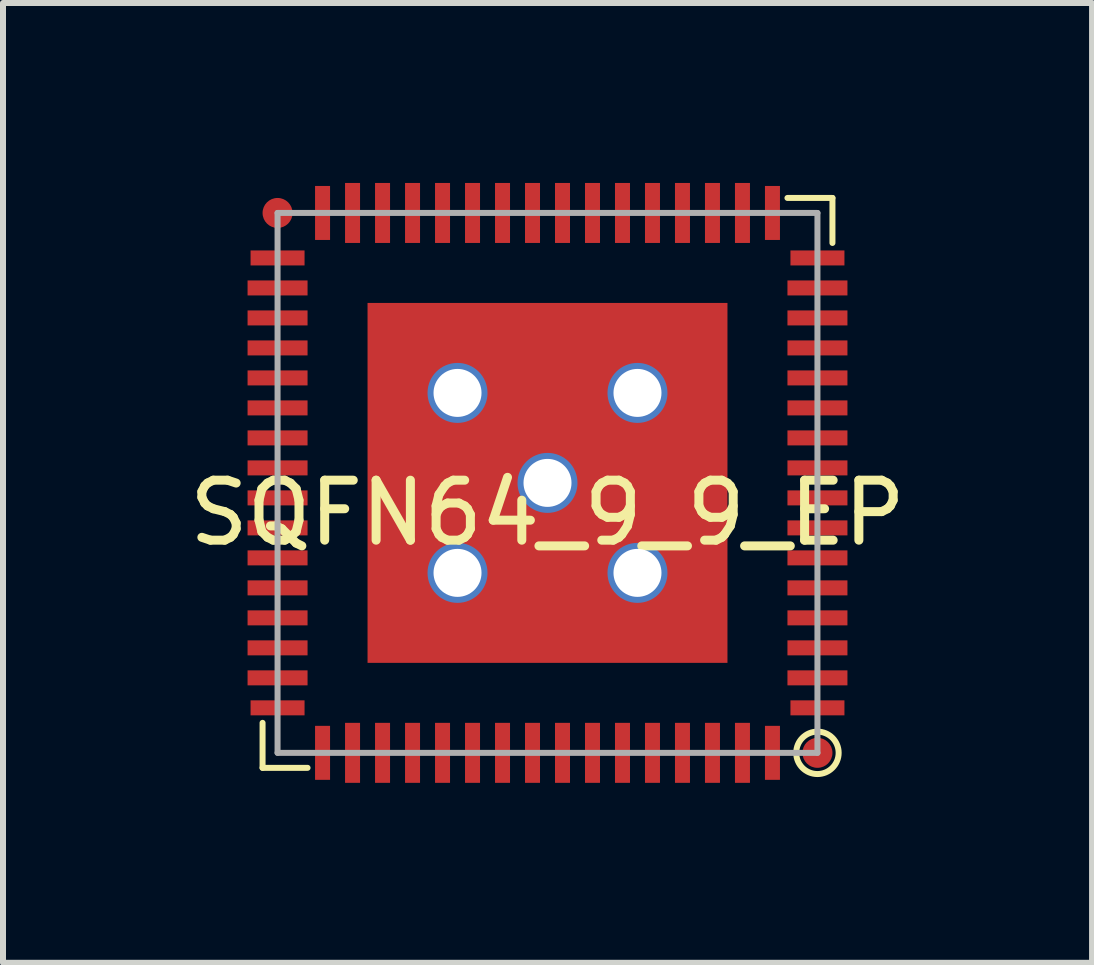
<source format=kicad_pcb>
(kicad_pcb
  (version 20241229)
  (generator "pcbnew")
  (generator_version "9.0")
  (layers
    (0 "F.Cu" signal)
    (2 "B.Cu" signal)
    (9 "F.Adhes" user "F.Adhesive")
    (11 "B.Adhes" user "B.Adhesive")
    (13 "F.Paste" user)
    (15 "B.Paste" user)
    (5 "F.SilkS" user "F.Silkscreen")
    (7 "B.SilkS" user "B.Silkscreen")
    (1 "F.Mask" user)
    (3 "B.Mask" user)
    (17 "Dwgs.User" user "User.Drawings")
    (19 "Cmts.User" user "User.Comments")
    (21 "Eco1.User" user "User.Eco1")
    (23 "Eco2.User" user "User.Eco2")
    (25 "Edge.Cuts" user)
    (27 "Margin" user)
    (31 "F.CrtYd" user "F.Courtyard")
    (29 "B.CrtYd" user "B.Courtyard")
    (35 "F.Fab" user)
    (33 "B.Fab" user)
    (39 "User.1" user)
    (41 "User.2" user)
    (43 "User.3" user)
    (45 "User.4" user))
  (footprint "SQFN64_9_9_EP"
    (layer "F.Cu")
    (at 6.077 5)
    (property "Reference" "SQFN64_9_9_EP" (at 0 0.5 0) (layer "F.SilkS") (effects (font (size 1 1) (thickness 0.15))))
    (attr smd)
    (fp_line (start -4.75 4) (end -4.75 4.75) (stroke (width 0.1) (type solid)) (layer "F.SilkS"))
    (fp_line (start -4.75 4.75) (end -4 4.75) (stroke (width 0.1) (type solid)) (layer "F.SilkS"))
    (fp_line (start 4 -4.75) (end 4.75 -4.75) (stroke (width 0.1) (type solid)) (layer "F.SilkS"))
    (fp_line (start 4.75 -4.75) (end 4.75 -4) (stroke (width 0.1) (type solid)) (layer "F.SilkS"))
    (fp_circle (center 4.5 4.5) (end 4.75 4.75) (stroke (width 0.1) (type solid)) (fill no) (layer "F.SilkS"))
    (fp_line (start -4.5 -4.5) (end -4.5 4.5) (stroke (width 0.1) (type solid)) (layer "F.Fab"))
    (fp_line (start -4.5 4.5) (end 4.5 4.5) (stroke (width 0.1) (type solid)) (layer "F.Fab"))
    (fp_line (start 4.5 -4.5) (end -4.5 -4.5) (stroke (width 0.1) (type solid)) (layer "F.Fab"))
    (fp_line (start 4.5 4.5) (end 4.5 -4.5) (stroke (width 0.1) (type solid)) (layer "F.Fab"))
    (pad "0" smd circle (at -4.5 -4.5) (size 0.5 0.5) (layers "F.Cu" "F.Mask"))
    (pad "0" smd roundrect (at -2 0) (size 1.6 2) (layers "F.Cu" "F.Mask" "F.Paste") (roundrect_rratio 0.25))
    (pad "0" thru_hole circle (at -1.5 -1.5) (size 1 1) (drill 0.8) (layers "*.Cu" "*.Mask"))
    (pad "0" thru_hole circle (at -1.5 1.5) (size 1 1) (drill 0.8) (layers "*.Cu" "*.Mask"))
    (pad "0" smd roundrect (at 0 -2) (size 2 1.6) (layers "F.Cu" "F.Mask" "F.Paste") (roundrect_rratio 0.25))
    (pad "0" thru_hole circle (at 0 0) (size 1 1) (drill 0.8) (layers "*.Cu" "*.Mask"))
    (pad "0" smd rect (at 0 0) (size 6 6) (layers "F.Cu" "F.Mask"))
    (pad "0" smd roundrect (at 0 2) (size 2 1.6) (layers "F.Cu" "F.Mask" "F.Paste") (roundrect_rratio 0.25))
    (pad "0" thru_hole circle (at 1.5 -1.5) (size 1 1) (drill 0.8) (layers "*.Cu" "*.Mask"))
    (pad "0" thru_hole circle (at 1.5 1.5) (size 1 1) (drill 0.8) (layers "*.Cu" "*.Mask"))
    (pad "0" smd roundrect (at 2 0) (size 1.6 2) (layers "F.Cu" "F.Mask" "F.Paste") (roundrect_rratio 0.25))
    (pad "0" smd circle (at 4.5 4.5) (size 0.5 0.5) (layers "F.Cu" "F.Mask"))
    (pad "1" smd rect (at 4.5 3.75 90) (size 0.25 0.9) (layers "F.Cu" "F.Mask" "F.Paste"))
    (pad "2" smd rect (at 4.5 3.25 90) (size 0.25 1) (layers "F.Cu" "F.Mask" "F.Paste"))
    (pad "3" smd rect (at 4.5 2.75 90) (size 0.25 1) (layers "F.Cu" "F.Mask" "F.Paste"))
    (pad "4" smd rect (at 4.5 2.25 90) (size 0.25 1) (layers "F.Cu" "F.Mask" "F.Paste"))
    (pad "5" smd rect (at 4.5 1.75 90) (size 0.25 1) (layers "F.Cu" "F.Mask" "F.Paste"))
    (pad "6" smd rect (at 4.5 1.25 90) (size 0.25 1) (layers "F.Cu" "F.Mask" "F.Paste"))
    (pad "7" smd rect (at 4.5 0.75 90) (size 0.25 1) (layers "F.Cu" "F.Mask" "F.Paste"))
    (pad "8" smd rect (at 4.5 0.25 90) (size 0.25 1) (layers "F.Cu" "F.Mask" "F.Paste"))
    (pad "9" smd rect (at 4.5 -0.25 90) (size 0.25 1) (layers "F.Cu" "F.Mask" "F.Paste"))
    (pad "10" smd rect (at 4.5 -0.75 90) (size 0.25 1) (layers "F.Cu" "F.Mask" "F.Paste"))
    (pad "11" smd rect (at 4.5 -1.25 90) (size 0.25 1) (layers "F.Cu" "F.Mask" "F.Paste"))
    (pad "12" smd rect (at 4.5 -1.75 90) (size 0.25 1) (layers "F.Cu" "F.Mask" "F.Paste"))
    (pad "13" smd rect (at 4.5 -2.25 90) (size 0.25 1) (layers "F.Cu" "F.Mask" "F.Paste"))
    (pad "14" smd rect (at 4.5 -2.75 90) (size 0.25 1) (layers "F.Cu" "F.Mask" "F.Paste"))
    (pad "15" smd rect (at 4.5 -3.25 90) (size 0.25 1) (layers "F.Cu" "F.Mask" "F.Paste"))
    (pad "16" smd rect (at 4.5 -3.75 90) (size 0.25 0.9) (layers "F.Cu" "F.Mask" "F.Paste"))
    (pad "17" smd rect (at 3.75 -4.5) (size 0.25 0.9) (layers "F.Cu" "F.Mask" "F.Paste"))
    (pad "18" smd rect (at 3.25 -4.5) (size 0.25 1) (layers "F.Cu" "F.Mask" "F.Paste"))
    (pad "19" smd rect (at 2.75 -4.5) (size 0.25 1) (layers "F.Cu" "F.Mask" "F.Paste"))
    (pad "20" smd rect (at 2.25 -4.5) (size 0.25 1) (layers "F.Cu" "F.Mask" "F.Paste"))
    (pad "21" smd rect (at 1.75 -4.5) (size 0.25 1) (layers "F.Cu" "F.Mask" "F.Paste"))
    (pad "22" smd rect (at 1.25 -4.5) (size 0.25 1) (layers "F.Cu" "F.Mask" "F.Paste"))
    (pad "23" smd rect (at 0.75 -4.5) (size 0.25 1) (layers "F.Cu" "F.Mask" "F.Paste"))
    (pad "24" smd rect (at 0.25 -4.5) (size 0.25 1) (layers "F.Cu" "F.Mask" "F.Paste"))
    (pad "25" smd rect (at -0.25 -4.5) (size 0.25 1) (layers "F.Cu" "F.Mask" "F.Paste"))
    (pad "26" smd rect (at -0.75 -4.5) (size 0.25 1) (layers "F.Cu" "F.Mask" "F.Paste"))
    (pad "27" smd rect (at -1.25 -4.5) (size 0.25 1) (layers "F.Cu" "F.Mask" "F.Paste"))
    (pad "28" smd rect (at -1.75 -4.5) (size 0.25 1) (layers "F.Cu" "F.Mask" "F.Paste"))
    (pad "29" smd rect (at -2.25 -4.5) (size 0.25 1) (layers "F.Cu" "F.Mask" "F.Paste"))
    (pad "30" smd rect (at -2.75 -4.5) (size 0.25 1) (layers "F.Cu" "F.Mask" "F.Paste"))
    (pad "31" smd rect (at -3.25 -4.5) (size 0.25 1) (layers "F.Cu" "F.Mask" "F.Paste"))
    (pad "32" smd rect (at -3.75 -4.5) (size 0.25 0.9) (layers "F.Cu" "F.Mask" "F.Paste"))
    (pad "33" smd rect (at -4.5 -3.75 90) (size 0.25 0.9) (layers "F.Cu" "F.Mask" "F.Paste"))
    (pad "34" smd rect (at -4.5 -3.25 90) (size 0.25 1) (layers "F.Cu" "F.Mask" "F.Paste"))
    (pad "35" smd rect (at -4.5 -2.75 90) (size 0.25 1) (layers "F.Cu" "F.Mask" "F.Paste"))
    (pad "36" smd rect (at -4.5 -2.25 90) (size 0.25 1) (layers "F.Cu" "F.Mask" "F.Paste"))
    (pad "37" smd rect (at -4.5 -1.75 90) (size 0.25 1) (layers "F.Cu" "F.Mask" "F.Paste"))
    (pad "38" smd rect (at -4.5 -1.25 90) (size 0.25 1) (layers "F.Cu" "F.Mask" "F.Paste"))
    (pad "39" smd rect (at -4.5 -0.75 90) (size 0.25 1) (layers "F.Cu" "F.Mask" "F.Paste"))
    (pad "40" smd rect (at -4.5 -0.25 90) (size 0.25 1) (layers "F.Cu" "F.Mask" "F.Paste"))
    (pad "41" smd rect (at -4.5 0.25 90) (size 0.25 1) (layers "F.Cu" "F.Mask" "F.Paste"))
    (pad "42" smd rect (at -4.5 0.75 90) (size 0.25 1) (layers "F.Cu" "F.Mask" "F.Paste"))
    (pad "43" smd rect (at -4.5 1.25 90) (size 0.25 1) (layers "F.Cu" "F.Mask" "F.Paste"))
    (pad "44" smd rect (at -4.5 1.75 90) (size 0.25 1) (layers "F.Cu" "F.Mask" "F.Paste"))
    (pad "45" smd rect (at -4.5 2.25 90) (size 0.25 1) (layers "F.Cu" "F.Mask" "F.Paste"))
    (pad "46" smd rect (at -4.5 2.75 90) (size 0.25 1) (layers "F.Cu" "F.Mask" "F.Paste"))
    (pad "47" smd rect (at -4.5 3.25 90) (size 0.25 1) (layers "F.Cu" "F.Mask" "F.Paste"))
    (pad "48" smd rect (at -4.5 3.75 90) (size 0.25 0.9) (layers "F.Cu" "F.Mask" "F.Paste"))
    (pad "49" smd rect (at -3.75 4.5) (size 0.25 0.9) (layers "F.Cu" "F.Mask" "F.Paste"))
    (pad "50" smd rect (at -3.25 4.5) (size 0.25 1) (layers "F.Cu" "F.Mask" "F.Paste"))
    (pad "51" smd rect (at -2.75 4.5) (size 0.25 1) (layers "F.Cu" "F.Mask" "F.Paste"))
    (pad "52" smd rect (at -2.25 4.5) (size 0.25 1) (layers "F.Cu" "F.Mask" "F.Paste"))
    (pad "53" smd rect (at -1.75 4.5) (size 0.25 1) (layers "F.Cu" "F.Mask" "F.Paste"))
    (pad "54" smd rect (at -1.25 4.5) (size 0.25 1) (layers "F.Cu" "F.Mask" "F.Paste"))
    (pad "55" smd rect (at -0.75 4.5) (size 0.25 1) (layers "F.Cu" "F.Mask" "F.Paste"))
    (pad "56" smd rect (at -0.25 4.5) (size 0.25 1) (layers "F.Cu" "F.Mask" "F.Paste"))
    (pad "57" smd rect (at 0.25 4.5) (size 0.25 1) (layers "F.Cu" "F.Mask" "F.Paste"))
    (pad "58" smd rect (at 0.75 4.5) (size 0.25 1) (layers "F.Cu" "F.Mask" "F.Paste"))
    (pad "59" smd rect (at 1.25 4.5) (size 0.25 1) (layers "F.Cu" "F.Mask" "F.Paste"))
    (pad "60" smd rect (at 1.75 4.5) (size 0.25 1) (layers "F.Cu" "F.Mask" "F.Paste"))
    (pad "61" smd rect (at 2.25 4.5) (size 0.25 1) (layers "F.Cu" "F.Mask" "F.Paste"))
    (pad "62" smd rect (at 2.75 4.5) (size 0.25 1) (layers "F.Cu" "F.Mask" "F.Paste"))
    (pad "63" smd rect (at 3.25 4.5) (size 0.25 1) (layers "F.Cu" "F.Mask" "F.Paste"))
    (pad "64" smd rect (at 3.75 4.5) (size 0.25 0.9) (layers "F.Cu" "F.Mask" "F.Paste")))
  (gr_rect
    (start -3 -3)
    (end 15.155 13)
    (stroke (width 0.1) (type default))
    (fill no)
    (layer "Edge.Cuts")))
</source>
